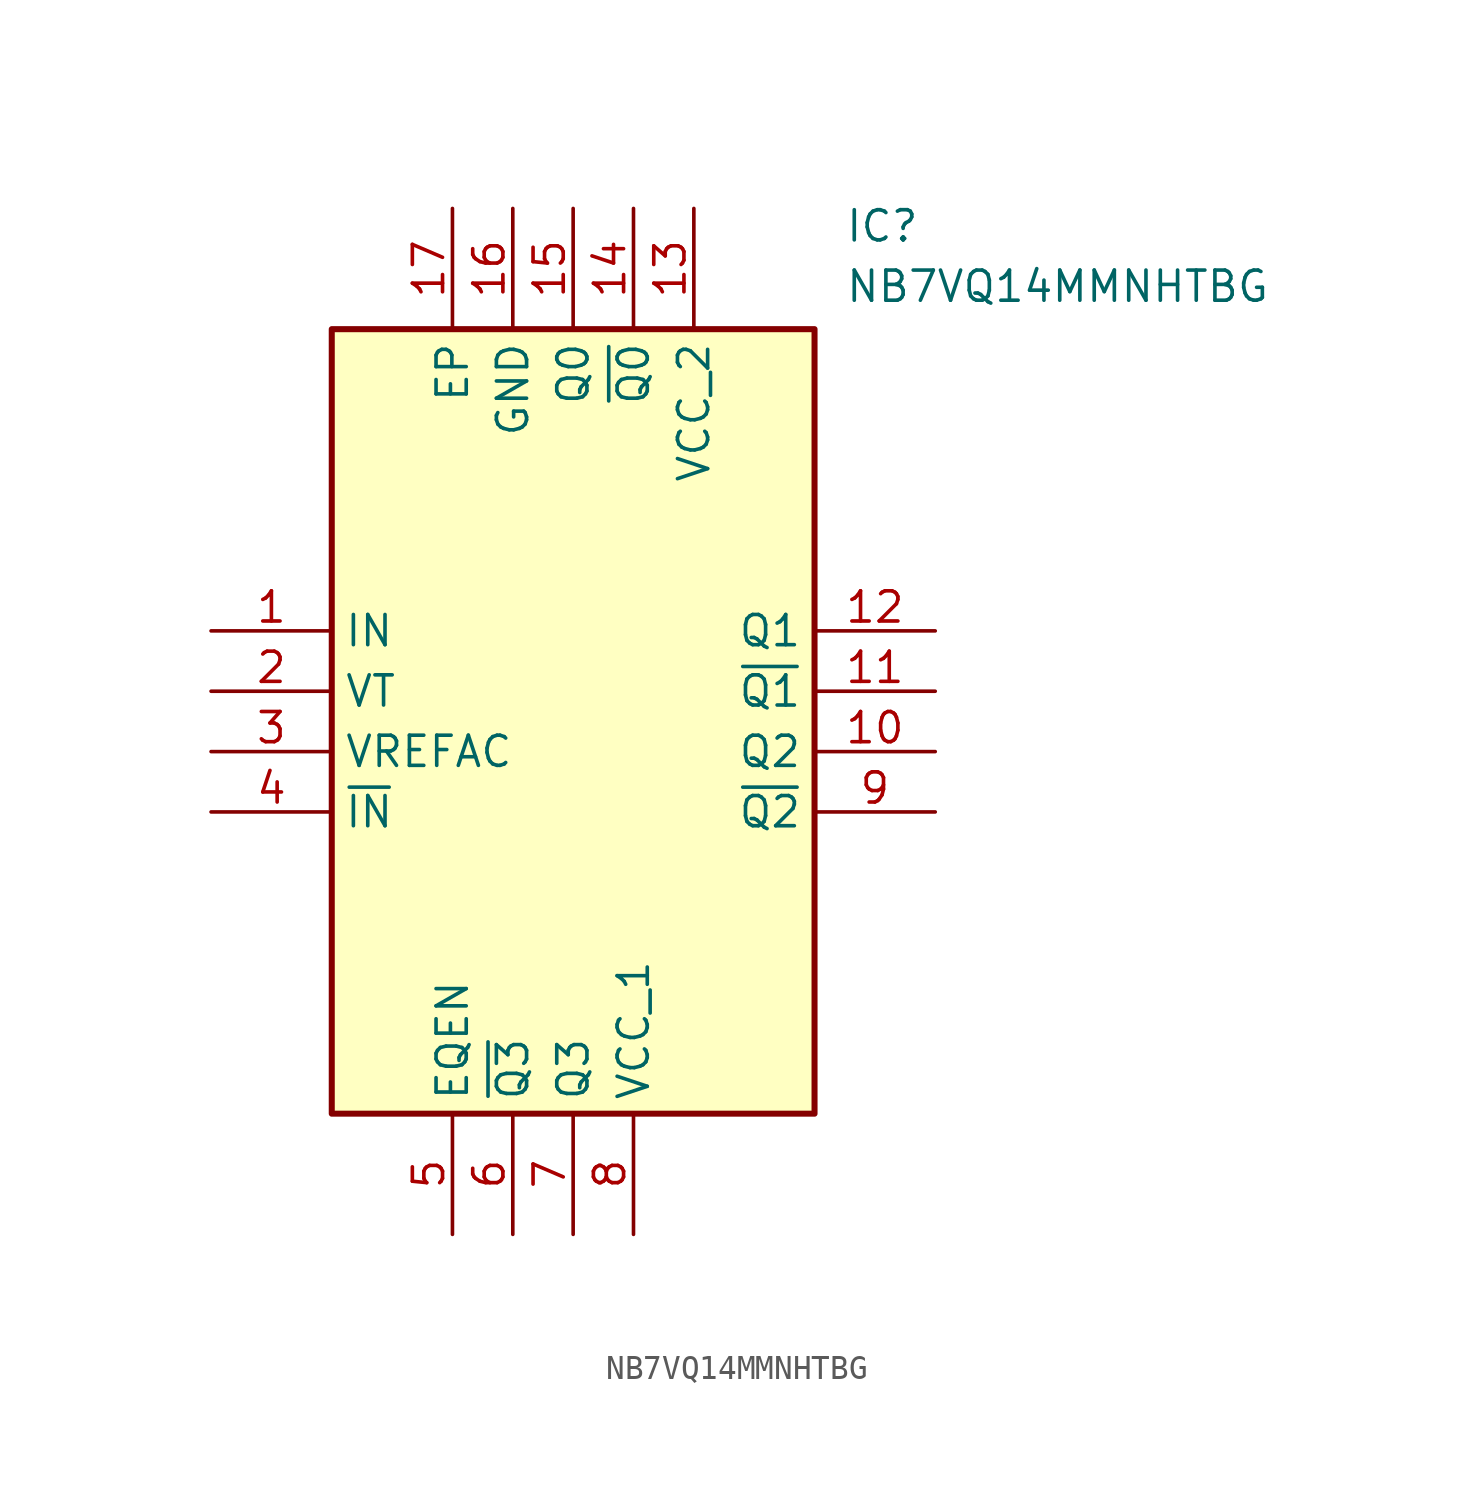
<source format=kicad_sym>
(kicad_symbol_lib
  (version 20211014)
  (generator SamacSys_ECAD_Model)
  (symbol "NB7VQ14MMNHTBG"
    (property "Reference" "IC"
      (at 26.67 17.78 0)
      (effects (font (size 1.27 1.27)) (justify left top)))
    (property "Value" "NB7VQ14MMNHTBG"
      (at 26.67 15.24 0)
      (effects (font (size 1.27 1.27)) (justify left top)))
    (rectangle
      (start 5.08 12.7)
      (end 25.4 -20.32)
      (stroke (width 0.254) (type default))
      (fill (type background)))
    (pin passive line
      (at 0 0 0)
      (length 5.08)
      (name "IN" (effects (font (size 1.27 1.27))))
      (number "1" (effects (font (size 1.27 1.27)))))
    (pin passive line
      (at 0 -2.54 0)
      (length 5.08)
      (name "VT" (effects (font (size 1.27 1.27))))
      (number "2" (effects (font (size 1.27 1.27)))))
    (pin passive line
      (at 0 -5.08 0)
      (length 5.08)
      (name "VREFAC" (effects (font (size 1.27 1.27))))
      (number "3" (effects (font (size 1.27 1.27)))))
    (pin passive line
      (at 0 -7.62 0)
      (length 5.08)
      (name "~{IN}" (effects (font (size 1.27 1.27))))
      (number "4" (effects (font (size 1.27 1.27)))))
    (pin passive line
      (at 10.16 -25.4 90)
      (length 5.08)
      (name "EQEN" (effects (font (size 1.27 1.27))))
      (number "5" (effects (font (size 1.27 1.27)))))
    (pin passive line
      (at 12.7 -25.4 90)
      (length 5.08)
      (name "~{Q3}" (effects (font (size 1.27 1.27))))
      (number "6" (effects (font (size 1.27 1.27)))))
    (pin passive line
      (at 15.24 -25.4 90)
      (length 5.08)
      (name "Q3" (effects (font (size 1.27 1.27))))
      (number "7" (effects (font (size 1.27 1.27)))))
    (pin passive line
      (at 17.78 -25.4 90)
      (length 5.08)
      (name "VCC_1" (effects (font (size 1.27 1.27))))
      (number "8" (effects (font (size 1.27 1.27)))))
    (pin passive line
      (at 30.48 0 180)
      (length 5.08)
      (name "Q1" (effects (font (size 1.27 1.27))))
      (number "12" (effects (font (size 1.27 1.27)))))
    (pin passive line
      (at 30.48 -2.54 180)
      (length 5.08)
      (name "~{Q1}" (effects (font (size 1.27 1.27))))
      (number "11" (effects (font (size 1.27 1.27)))))
    (pin passive line
      (at 30.48 -5.08 180)
      (length 5.08)
      (name "Q2" (effects (font (size 1.27 1.27))))
      (number "10" (effects (font (size 1.27 1.27)))))
    (pin passive line
      (at 30.48 -7.62 180)
      (length 5.08)
      (name "~{Q2}" (effects (font (size 1.27 1.27))))
      (number "9" (effects (font (size 1.27 1.27)))))
    (pin passive line
      (at 10.16 17.78 270)
      (length 5.08)
      (name "EP" (effects (font (size 1.27 1.27))))
      (number "17" (effects (font (size 1.27 1.27)))))
    (pin passive line
      (at 12.7 17.78 270)
      (length 5.08)
      (name "GND" (effects (font (size 1.27 1.27))))
      (number "16" (effects (font (size 1.27 1.27)))))
    (pin passive line
      (at 15.24 17.78 270)
      (length 5.08)
      (name "Q0" (effects (font (size 1.27 1.27))))
      (number "15" (effects (font (size 1.27 1.27)))))
    (pin passive line
      (at 17.78 17.78 270)
      (length 5.08)
      (name "~{Q0}" (effects (font (size 1.27 1.27))))
      (number "14" (effects (font (size 1.27 1.27)))))
    (pin passive line
      (at 20.32 17.78 270)
      (length 5.08)
      (name "VCC_2" (effects (font (size 1.27 1.27))))
      (number "13" (effects (font (size 1.27 1.27)))))))
</source>
